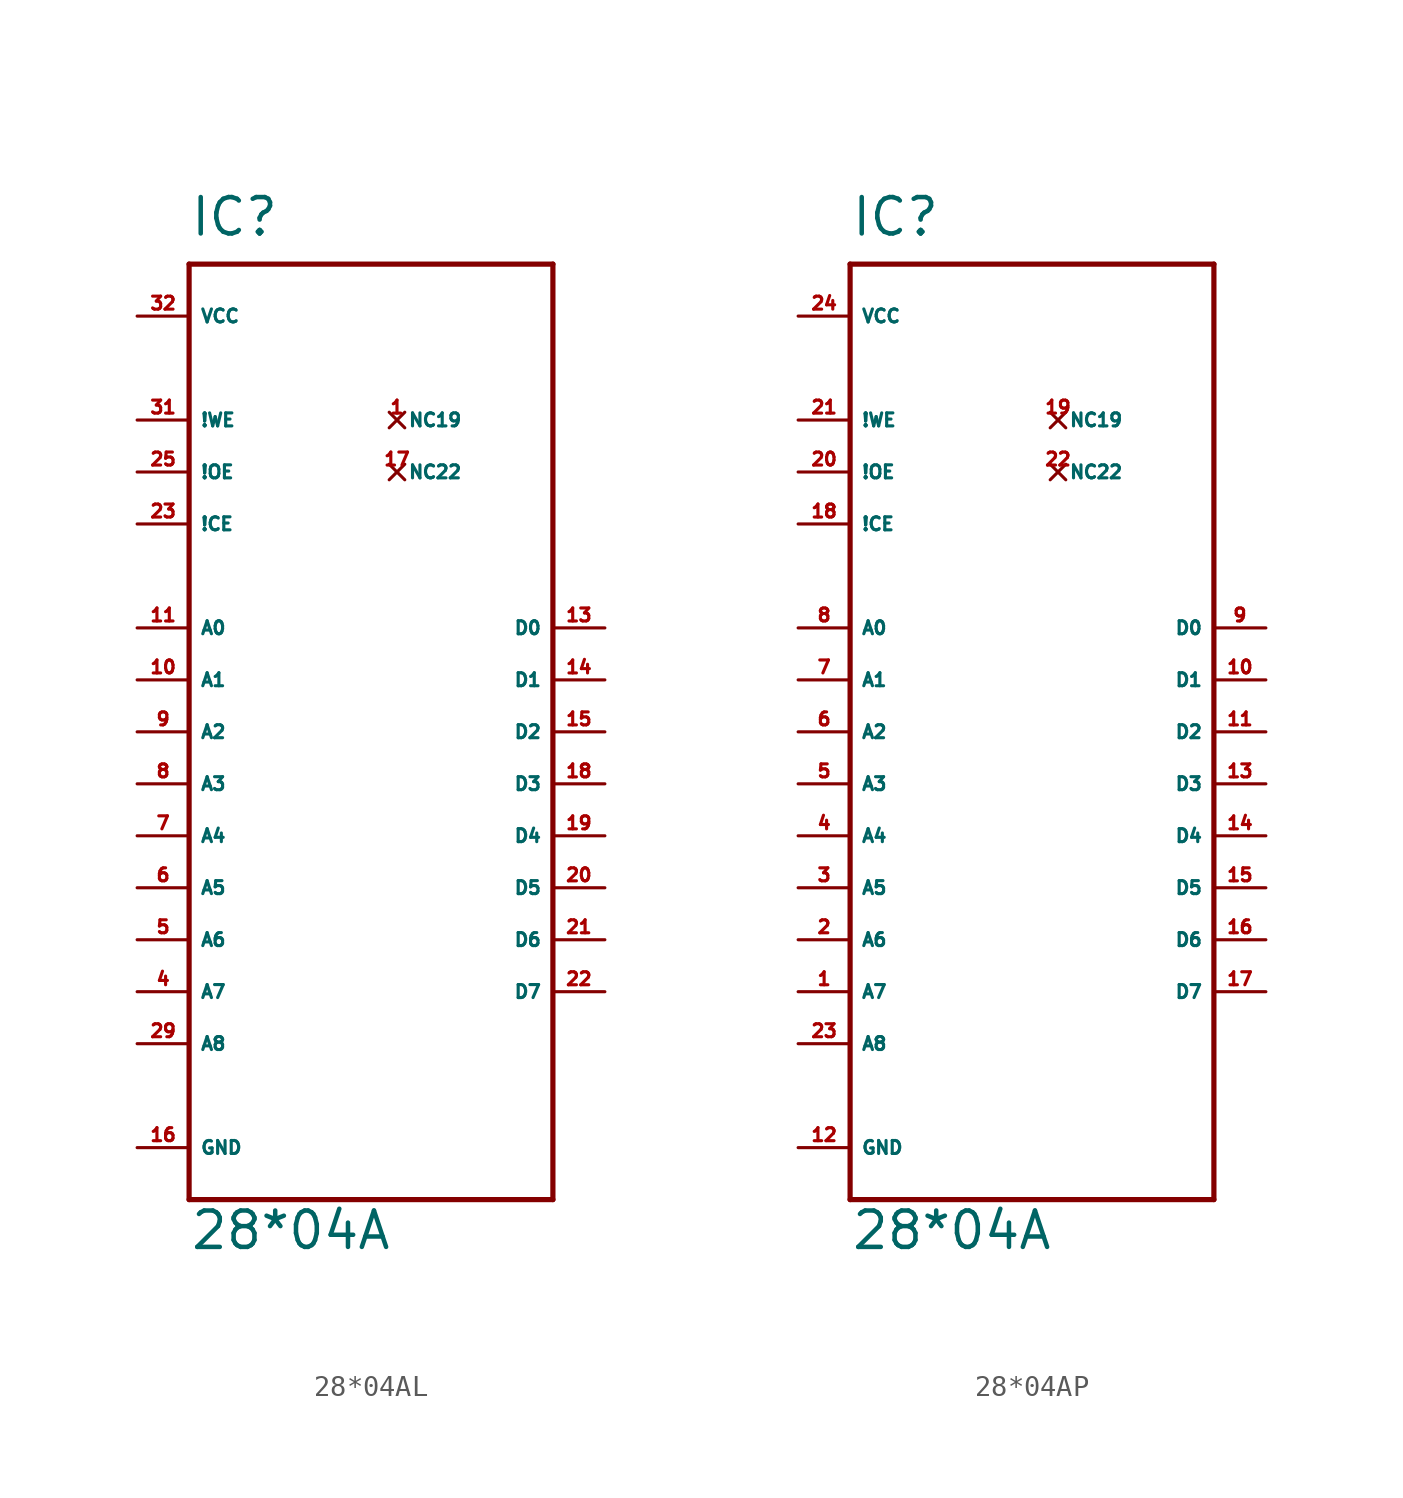
<source format=kicad_sym>
(kicad_symbol_lib
  (version 20220914)
  (generator Eagle2Kicad)
  (symbol "28*04AL"
    (property "Reference" "IC"
      (at -10.16 21.59 0)
      (effects (font (size 1.778 1.778) (thickness 0.22)) (justify left bottom)))
    (property "Value" "28*04A"
      (at -10.16 -27.94 0)
      (effects (font (size 1.778 1.778) (thickness 0.22)) (justify left bottom)))
    (polyline
      (pts (xy -10.16 20.32) (xy 7.62 20.32))
      (stroke (width 0.254) (type default))
      (fill (type none)))
    (polyline
      (pts (xy 7.62 20.32) (xy 7.62 -25.4))
      (stroke (width 0.254) (type default))
      (fill (type none)))
    (polyline
      (pts (xy 7.62 -25.4) (xy -10.16 -25.4))
      (stroke (width 0.254) (type default))
      (fill (type none)))
    (polyline
      (pts (xy -10.16 -25.4) (xy -10.16 20.32))
      (stroke (width 0.254) (type default))
      (fill (type none)))
    (pin input line
      (at -12.7 2.54 0)
      (length 2.54)
      (name "A0" (effects (font (size 0.635 0.635) (thickness 0.08)) (justify left bottom)))
      (number "11" (effects (font (size 0.635 0.635) (thickness 0.08)) (justify left bottom))))
    (pin input line
      (at -12.7 0 0)
      (length 2.54)
      (name "A1" (effects (font (size 0.635 0.635) (thickness 0.08)) (justify left bottom)))
      (number "10" (effects (font (size 0.635 0.635) (thickness 0.08)) (justify left bottom))))
    (pin input line
      (at -12.7 -2.54 0)
      (length 2.54)
      (name "A2" (effects (font (size 0.635 0.635) (thickness 0.08)) (justify left bottom)))
      (number "9" (effects (font (size 0.635 0.635) (thickness 0.08)) (justify left bottom))))
    (pin input line
      (at -12.7 -5.08 0)
      (length 2.54)
      (name "A3" (effects (font (size 0.635 0.635) (thickness 0.08)) (justify left bottom)))
      (number "8" (effects (font (size 0.635 0.635) (thickness 0.08)) (justify left bottom))))
    (pin input line
      (at -12.7 -7.62 0)
      (length 2.54)
      (name "A4" (effects (font (size 0.635 0.635) (thickness 0.08)) (justify left bottom)))
      (number "7" (effects (font (size 0.635 0.635) (thickness 0.08)) (justify left bottom))))
    (pin input line
      (at -12.7 -10.16 0)
      (length 2.54)
      (name "A5" (effects (font (size 0.635 0.635) (thickness 0.08)) (justify left bottom)))
      (number "6" (effects (font (size 0.635 0.635) (thickness 0.08)) (justify left bottom))))
    (pin input line
      (at -12.7 -12.7 0)
      (length 2.54)
      (name "A6" (effects (font (size 0.635 0.635) (thickness 0.08)) (justify left bottom)))
      (number "5" (effects (font (size 0.635 0.635) (thickness 0.08)) (justify left bottom))))
    (pin input line
      (at -12.7 -15.24 0)
      (length 2.54)
      (name "A7" (effects (font (size 0.635 0.635) (thickness 0.08)) (justify left bottom)))
      (number "4" (effects (font (size 0.635 0.635) (thickness 0.08)) (justify left bottom))))
    (pin input line
      (at -12.7 -17.78 0)
      (length 2.54)
      (name "A8" (effects (font (size 0.635 0.635) (thickness 0.08)) (justify left bottom)))
      (number "29" (effects (font (size 0.635 0.635) (thickness 0.08)) (justify left bottom))))
    (pin input line
      (at -12.7 12.7 0)
      (length 2.54)
      (name "!WE" (effects (font (size 0.635 0.635) (thickness 0.08)) (justify left bottom)))
      (number "31" (effects (font (size 0.635 0.635) (thickness 0.08)) (justify left bottom))))
    (pin input line
      (at -12.7 7.62 0)
      (length 2.54)
      (name "!CE" (effects (font (size 0.635 0.635) (thickness 0.08)) (justify left bottom)))
      (number "23" (effects (font (size 0.635 0.635) (thickness 0.08)) (justify left bottom))))
    (pin input line
      (at -12.7 10.16 0)
      (length 2.54)
      (name "!OE" (effects (font (size 0.635 0.635) (thickness 0.08)) (justify left bottom)))
      (number "25" (effects (font (size 0.635 0.635) (thickness 0.08)) (justify left bottom))))
    (pin tri_state line
      (at 10.16 2.54 180)
      (length 2.54)
      (name "D0" (effects (font (size 0.635 0.635) (thickness 0.08)) (justify left bottom)))
      (number "13" (effects (font (size 0.635 0.635) (thickness 0.08)) (justify left bottom))))
    (pin tri_state line
      (at 10.16 0 180)
      (length 2.54)
      (name "D1" (effects (font (size 0.635 0.635) (thickness 0.08)) (justify left bottom)))
      (number "14" (effects (font (size 0.635 0.635) (thickness 0.08)) (justify left bottom))))
    (pin tri_state line
      (at 10.16 -2.54 180)
      (length 2.54)
      (name "D2" (effects (font (size 0.635 0.635) (thickness 0.08)) (justify left bottom)))
      (number "15" (effects (font (size 0.635 0.635) (thickness 0.08)) (justify left bottom))))
    (pin tri_state line
      (at 10.16 -5.08 180)
      (length 2.54)
      (name "D3" (effects (font (size 0.635 0.635) (thickness 0.08)) (justify left bottom)))
      (number "18" (effects (font (size 0.635 0.635) (thickness 0.08)) (justify left bottom))))
    (pin tri_state line
      (at 10.16 -7.62 180)
      (length 2.54)
      (name "D4" (effects (font (size 0.635 0.635) (thickness 0.08)) (justify left bottom)))
      (number "19" (effects (font (size 0.635 0.635) (thickness 0.08)) (justify left bottom))))
    (pin tri_state line
      (at 10.16 -10.16 180)
      (length 2.54)
      (name "D5" (effects (font (size 0.635 0.635) (thickness 0.08)) (justify left bottom)))
      (number "20" (effects (font (size 0.635 0.635) (thickness 0.08)) (justify left bottom))))
    (pin tri_state line
      (at 10.16 -12.7 180)
      (length 2.54)
      (name "D6" (effects (font (size 0.635 0.635) (thickness 0.08)) (justify left bottom)))
      (number "21" (effects (font (size 0.635 0.635) (thickness 0.08)) (justify left bottom))))
    (pin tri_state line
      (at 10.16 -15.24 180)
      (length 2.54)
      (name "D7" (effects (font (size 0.635 0.635) (thickness 0.08)) (justify left bottom)))
      (number "22" (effects (font (size 0.635 0.635) (thickness 0.08)) (justify left bottom))))
    (pin unspecified line
      (at -12.7 17.78 0)
      (length 2.54)
      (name "VCC" (effects (font (size 0.635 0.635) (thickness 0.08)) (justify left bottom)))
      (number "32" (effects (font (size 0.635 0.635) (thickness 0.08)) (justify left bottom))))
    (pin unspecified line
      (at -12.7 -22.86 0)
      (length 2.54)
      (name "GND" (effects (font (size 0.635 0.635) (thickness 0.08)) (justify left bottom)))
      (number "16" (effects (font (size 0.635 0.635) (thickness 0.08)) (justify left bottom))))
    (pin no_connect line
      (at 0 12.7 0)
      (length 0)
      (name "NC19" (effects (font (size 0.635 0.635) (thickness 0.08)) (justify left bottom) hide))
      (number "1" (effects (font (size 0.635 0.635) (thickness 0.08)) (justify left bottom) hide)))
    (pin no_connect line
      (at 0 10.16 0)
      (length 0)
      (name "NC22" (effects (font (size 0.635 0.635) (thickness 0.08)) (justify left bottom) hide))
      (number "17" (effects (font (size 0.635 0.635) (thickness 0.08)) (justify left bottom) hide))))
  (symbol "28*04AP"
    (property "Reference" "IC"
      (at -10.16 21.59 0)
      (effects (font (size 1.778 1.778) (thickness 0.22)) (justify left bottom)))
    (property "Value" "28*04A"
      (at -10.16 -27.94 0)
      (effects (font (size 1.778 1.778) (thickness 0.22)) (justify left bottom)))
    (polyline
      (pts (xy -10.16 20.32) (xy 7.62 20.32))
      (stroke (width 0.254) (type default))
      (fill (type none)))
    (polyline
      (pts (xy 7.62 20.32) (xy 7.62 -25.4))
      (stroke (width 0.254) (type default))
      (fill (type none)))
    (polyline
      (pts (xy 7.62 -25.4) (xy -10.16 -25.4))
      (stroke (width 0.254) (type default))
      (fill (type none)))
    (polyline
      (pts (xy -10.16 -25.4) (xy -10.16 20.32))
      (stroke (width 0.254) (type default))
      (fill (type none)))
    (pin input line
      (at -12.7 2.54 0)
      (length 2.54)
      (name "A0" (effects (font (size 0.635 0.635) (thickness 0.08)) (justify left bottom)))
      (number "8" (effects (font (size 0.635 0.635) (thickness 0.08)) (justify left bottom))))
    (pin input line
      (at -12.7 0 0)
      (length 2.54)
      (name "A1" (effects (font (size 0.635 0.635) (thickness 0.08)) (justify left bottom)))
      (number "7" (effects (font (size 0.635 0.635) (thickness 0.08)) (justify left bottom))))
    (pin input line
      (at -12.7 -2.54 0)
      (length 2.54)
      (name "A2" (effects (font (size 0.635 0.635) (thickness 0.08)) (justify left bottom)))
      (number "6" (effects (font (size 0.635 0.635) (thickness 0.08)) (justify left bottom))))
    (pin input line
      (at -12.7 -5.08 0)
      (length 2.54)
      (name "A3" (effects (font (size 0.635 0.635) (thickness 0.08)) (justify left bottom)))
      (number "5" (effects (font (size 0.635 0.635) (thickness 0.08)) (justify left bottom))))
    (pin input line
      (at -12.7 -7.62 0)
      (length 2.54)
      (name "A4" (effects (font (size 0.635 0.635) (thickness 0.08)) (justify left bottom)))
      (number "4" (effects (font (size 0.635 0.635) (thickness 0.08)) (justify left bottom))))
    (pin input line
      (at -12.7 -10.16 0)
      (length 2.54)
      (name "A5" (effects (font (size 0.635 0.635) (thickness 0.08)) (justify left bottom)))
      (number "3" (effects (font (size 0.635 0.635) (thickness 0.08)) (justify left bottom))))
    (pin input line
      (at -12.7 -12.7 0)
      (length 2.54)
      (name "A6" (effects (font (size 0.635 0.635) (thickness 0.08)) (justify left bottom)))
      (number "2" (effects (font (size 0.635 0.635) (thickness 0.08)) (justify left bottom))))
    (pin input line
      (at -12.7 -15.24 0)
      (length 2.54)
      (name "A7" (effects (font (size 0.635 0.635) (thickness 0.08)) (justify left bottom)))
      (number "1" (effects (font (size 0.635 0.635) (thickness 0.08)) (justify left bottom))))
    (pin input line
      (at -12.7 -17.78 0)
      (length 2.54)
      (name "A8" (effects (font (size 0.635 0.635) (thickness 0.08)) (justify left bottom)))
      (number "23" (effects (font (size 0.635 0.635) (thickness 0.08)) (justify left bottom))))
    (pin input line
      (at -12.7 12.7 0)
      (length 2.54)
      (name "!WE" (effects (font (size 0.635 0.635) (thickness 0.08)) (justify left bottom)))
      (number "21" (effects (font (size 0.635 0.635) (thickness 0.08)) (justify left bottom))))
    (pin input line
      (at -12.7 7.62 0)
      (length 2.54)
      (name "!CE" (effects (font (size 0.635 0.635) (thickness 0.08)) (justify left bottom)))
      (number "18" (effects (font (size 0.635 0.635) (thickness 0.08)) (justify left bottom))))
    (pin input line
      (at -12.7 10.16 0)
      (length 2.54)
      (name "!OE" (effects (font (size 0.635 0.635) (thickness 0.08)) (justify left bottom)))
      (number "20" (effects (font (size 0.635 0.635) (thickness 0.08)) (justify left bottom))))
    (pin tri_state line
      (at 10.16 2.54 180)
      (length 2.54)
      (name "D0" (effects (font (size 0.635 0.635) (thickness 0.08)) (justify left bottom)))
      (number "9" (effects (font (size 0.635 0.635) (thickness 0.08)) (justify left bottom))))
    (pin tri_state line
      (at 10.16 0 180)
      (length 2.54)
      (name "D1" (effects (font (size 0.635 0.635) (thickness 0.08)) (justify left bottom)))
      (number "10" (effects (font (size 0.635 0.635) (thickness 0.08)) (justify left bottom))))
    (pin tri_state line
      (at 10.16 -2.54 180)
      (length 2.54)
      (name "D2" (effects (font (size 0.635 0.635) (thickness 0.08)) (justify left bottom)))
      (number "11" (effects (font (size 0.635 0.635) (thickness 0.08)) (justify left bottom))))
    (pin tri_state line
      (at 10.16 -5.08 180)
      (length 2.54)
      (name "D3" (effects (font (size 0.635 0.635) (thickness 0.08)) (justify left bottom)))
      (number "13" (effects (font (size 0.635 0.635) (thickness 0.08)) (justify left bottom))))
    (pin tri_state line
      (at 10.16 -7.62 180)
      (length 2.54)
      (name "D4" (effects (font (size 0.635 0.635) (thickness 0.08)) (justify left bottom)))
      (number "14" (effects (font (size 0.635 0.635) (thickness 0.08)) (justify left bottom))))
    (pin tri_state line
      (at 10.16 -10.16 180)
      (length 2.54)
      (name "D5" (effects (font (size 0.635 0.635) (thickness 0.08)) (justify left bottom)))
      (number "15" (effects (font (size 0.635 0.635) (thickness 0.08)) (justify left bottom))))
    (pin tri_state line
      (at 10.16 -12.7 180)
      (length 2.54)
      (name "D6" (effects (font (size 0.635 0.635) (thickness 0.08)) (justify left bottom)))
      (number "16" (effects (font (size 0.635 0.635) (thickness 0.08)) (justify left bottom))))
    (pin tri_state line
      (at 10.16 -15.24 180)
      (length 2.54)
      (name "D7" (effects (font (size 0.635 0.635) (thickness 0.08)) (justify left bottom)))
      (number "17" (effects (font (size 0.635 0.635) (thickness 0.08)) (justify left bottom))))
    (pin unspecified line
      (at -12.7 17.78 0)
      (length 2.54)
      (name "VCC" (effects (font (size 0.635 0.635) (thickness 0.08)) (justify left bottom)))
      (number "24" (effects (font (size 0.635 0.635) (thickness 0.08)) (justify left bottom))))
    (pin unspecified line
      (at -12.7 -22.86 0)
      (length 2.54)
      (name "GND" (effects (font (size 0.635 0.635) (thickness 0.08)) (justify left bottom)))
      (number "12" (effects (font (size 0.635 0.635) (thickness 0.08)) (justify left bottom))))
    (pin no_connect line
      (at 0 12.7 0)
      (length 0)
      (name "NC19" (effects (font (size 0.635 0.635) (thickness 0.08)) (justify left bottom) hide))
      (number "19" (effects (font (size 0.635 0.635) (thickness 0.08)) (justify left bottom) hide)))
    (pin no_connect line
      (at 0 10.16 0)
      (length 0)
      (name "NC22" (effects (font (size 0.635 0.635) (thickness 0.08)) (justify left bottom) hide))
      (number "22" (effects (font (size 0.635 0.635) (thickness 0.08)) (justify left bottom) hide)))))
</source>
